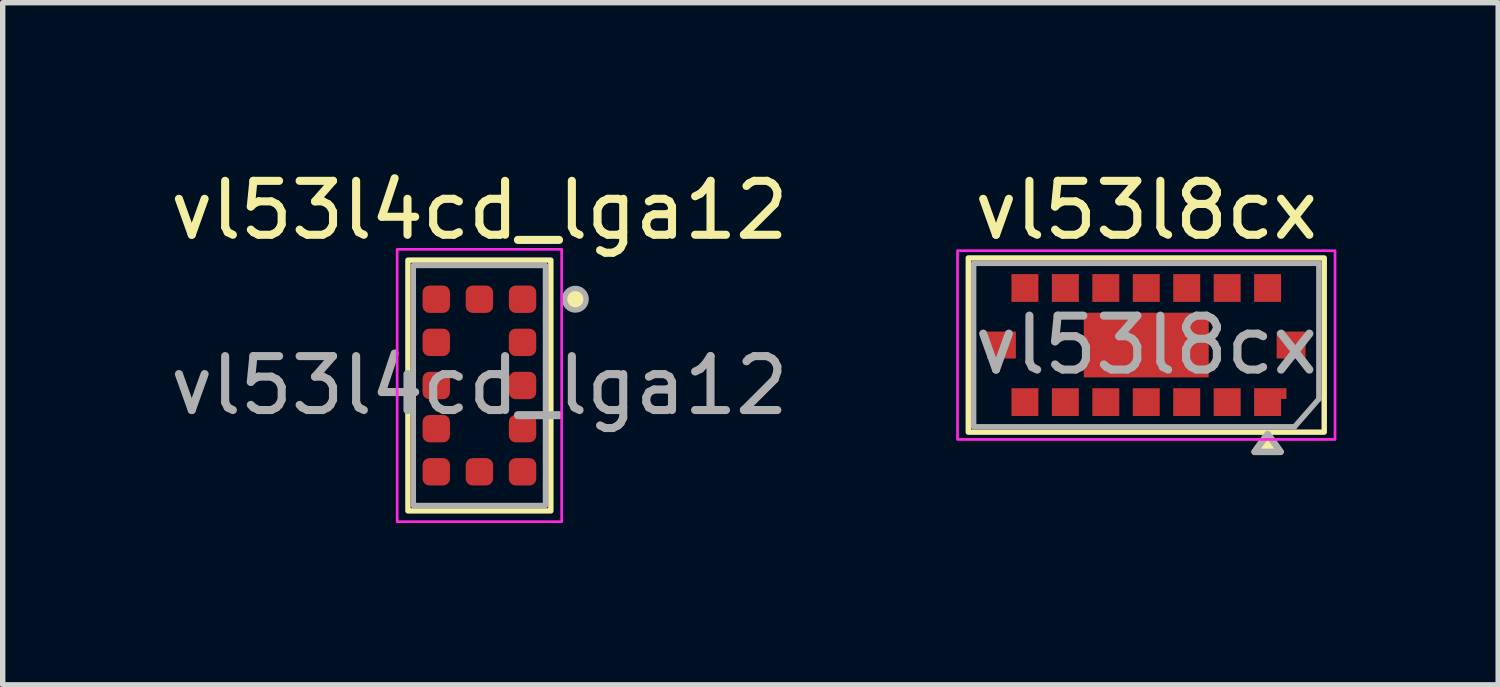
<source format=kicad_pcb>
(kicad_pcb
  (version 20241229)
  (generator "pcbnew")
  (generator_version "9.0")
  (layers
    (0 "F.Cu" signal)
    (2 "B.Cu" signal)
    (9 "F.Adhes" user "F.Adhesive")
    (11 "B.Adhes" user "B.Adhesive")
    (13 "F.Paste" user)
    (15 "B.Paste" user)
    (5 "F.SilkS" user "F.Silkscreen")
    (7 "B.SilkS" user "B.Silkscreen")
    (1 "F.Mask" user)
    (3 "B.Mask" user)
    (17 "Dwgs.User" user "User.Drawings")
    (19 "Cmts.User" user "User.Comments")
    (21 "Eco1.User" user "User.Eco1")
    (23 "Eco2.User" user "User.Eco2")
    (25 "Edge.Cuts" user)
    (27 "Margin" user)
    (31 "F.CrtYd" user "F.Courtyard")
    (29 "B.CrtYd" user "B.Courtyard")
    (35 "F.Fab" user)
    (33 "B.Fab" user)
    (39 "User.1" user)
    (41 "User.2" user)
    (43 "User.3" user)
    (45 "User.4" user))
  (footprint "vl53l8cx"
    (layer "F.Cu")
    (at 18.204 3.348)
    (property "Reference" "vl53l8cx" (at 0 -2.5 0) (unlocked yes) (layer "F.SilkS") (effects (font (size 1 1) (thickness 0.15))))
    (attr smd)
    (fp_rect (start -3.3 -1.615) (end 3.3 1.615) (stroke (width 0.1) (type solid)) (fill no) (layer "F.SilkS"))
    (fp_poly (pts (xy 2.25 1.65) (xy 2.49 1.98) (xy 2.01 1.98) (xy 2.25 1.65)) (stroke (width 0.12) (type solid)) (fill yes) (layer "F.SilkS"))
    (fp_rect (start -3.5 -1.75) (end 3.5 1.75) (stroke (width 0.05) (type default)) (fill no) (layer "F.CrtYd"))
    (fp_line (start -3.2 -1.515) (end -3.2 1.515) (stroke (width 0.1) (type default)) (layer "F.Fab"))
    (fp_line (start -3.2 1.515) (end 2.75 1.515) (stroke (width 0.1) (type default)) (layer "F.Fab"))
    (fp_line (start 3.2 -1.515) (end -3.2 -1.515) (stroke (width 0.1) (type default)) (layer "F.Fab"))
    (fp_line (start 3.2 -1.515) (end 3.2 1) (stroke (width 0.1) (type default)) (layer "F.Fab"))
    (fp_line (start 3.2 1) (end 2.75 1.515) (stroke (width 0.1) (type default)) (layer "F.Fab"))
    (fp_poly (pts (xy 2.25 1.65) (xy 2.49 1.98) (xy 2.01 1.98) (xy 2.25 1.65)) (stroke (width 0.12) (type solid)) (fill no) (layer "F.Fab"))
    (fp_text user "${REFERENCE}" (at 0 0 0) (unlocked yes) (layer "F.Fab") (effects (font (size 1 1) (thickness 0.15))))
    (pad "A1" smd rect (at 2.25 1.058) (size 0.5 0.515) (layers "F.Cu" "F.Mask" "F.Paste"))
    (pad "A1" smd rect (at 2.55 0.9) (size 0.1 0.2) (layers "F.Cu" "F.Mask" "F.Paste"))
    (pad "A2" smd rect (at 1.5 1.058) (size 0.5 0.515) (layers "F.Cu" "F.Mask" "F.Paste"))
    (pad "A3" smd rect (at 0.75 1.058) (size 0.5 0.515) (layers "F.Cu" "F.Mask" "F.Paste"))
    (pad "A4" smd rect (at 0 1.058) (size 0.5 0.515) (layers "F.Cu" "F.Mask" "F.Paste"))
    (pad "A5" smd rect (at -0.75 1.058) (size 0.5 0.515) (layers "F.Cu" "F.Mask" "F.Paste"))
    (pad "A6" smd rect (at -1.5 1.058) (size 0.5 0.515) (layers "F.Cu" "F.Mask" "F.Paste"))
    (pad "A7" smd rect (at -2.25 1.058) (size 0.5 0.515) (layers "F.Cu" "F.Mask" "F.Paste"))
    (pad "B1" smd rect (at 2.685 0) (size 0.535 0.5) (layers "F.Cu" "F.Mask" "F.Paste"))
    (pad "B4" smd rect (at 0 0) (size 2.316 1.2) (layers "F.Cu" "F.Mask" "F.Paste"))
    (pad "B7" smd rect (at -2.685 0) (size 0.535 0.5) (layers "F.Cu" "F.Mask" "F.Paste"))
    (pad "C1" smd rect (at 2.25 -1.058) (size 0.5 0.515) (layers "F.Cu" "F.Mask" "F.Paste"))
    (pad "C2" smd rect (at 1.5 -1.058) (size 0.5 0.515) (layers "F.Cu" "F.Mask" "F.Paste"))
    (pad "C3" smd rect (at 0.75 -1.058) (size 0.5 0.515) (layers "F.Cu" "F.Mask" "F.Paste"))
    (pad "C4" smd rect (at 0 -1.058) (size 0.5 0.515) (layers "F.Cu" "F.Mask" "F.Paste"))
    (pad "C5" smd rect (at -0.75 -1.058) (size 0.5 0.515) (layers "F.Cu" "F.Mask" "F.Paste"))
    (pad "C6" smd rect (at -1.5 -1.058) (size 0.5 0.515) (layers "F.Cu" "F.Mask" "F.Paste"))
    (pad "C7" smd rect (at -2.25 -1.058) (size 0.5 0.515) (layers "F.Cu" "F.Mask" "F.Paste")))
  (footprint "vl53l4cd_lga12"
    (layer "F.Cu")
    (at 5.839 4.098)
    (property "Reference" "vl53l4cd_lga12" (at 0 -3.25 0) (unlocked yes) (layer "F.SilkS") (effects (font (size 1 1) (thickness 0.15))))
    (attr smd)
    (fp_rect (start -1.325 -2.325) (end 1.325 2.325) (stroke (width 0.1) (type default)) (fill no) (layer "F.SilkS"))
    (fp_circle (center 1.779 -1.6) (end 1.979 -1.6) (stroke (width 0) (type solid)) (fill yes) (layer "F.SilkS"))
    (fp_rect (start -1.525 -2.525) (end 1.525 2.525) (stroke (width 0.05) (type default)) (fill no) (layer "F.CrtYd"))
    (fp_rect (start -1.225 -2.225) (end 1.225 2.225) (stroke (width 0.1) (type default)) (fill no) (layer "F.Fab"))
    (fp_circle (center 1.779 -1.6) (end 1.979 -1.6) (stroke (width 0.1) (type solid)) (fill no) (layer "F.Fab"))
    (fp_text user "${REFERENCE}" (at 0 0 0) (unlocked yes) (layer "F.Fab") (effects (font (size 1 1) (thickness 0.15))))
    (pad "1" smd roundrect (at 0.8 -1.6) (size 0.508 0.508) (layers "F.Cu" "F.Mask" "F.Paste") (roundrect_rratio 0.25))
    (pad "2" smd roundrect (at 0.8 -0.8) (size 0.508 0.508) (layers "F.Cu" "F.Mask" "F.Paste") (roundrect_rratio 0.25))
    (pad "3" smd roundrect (at 0.8 0) (size 0.508 0.508) (layers "F.Cu" "F.Mask" "F.Paste") (roundrect_rratio 0.25))
    (pad "4" smd roundrect (at 0.8 0.8) (size 0.508 0.508) (layers "F.Cu" "F.Mask" "F.Paste") (roundrect_rratio 0.25))
    (pad "5" smd roundrect (at 0.8 1.6) (size 0.508 0.508) (layers "F.Cu" "F.Mask" "F.Paste") (roundrect_rratio 0.25))
    (pad "6" smd roundrect (at 0 1.6) (size 0.508 0.508) (layers "F.Cu" "F.Mask" "F.Paste") (roundrect_rratio 0.25))
    (pad "7" smd roundrect (at -0.8 1.6) (size 0.508 0.508) (layers "F.Cu" "F.Mask" "F.Paste") (roundrect_rratio 0.25))
    (pad "8" smd roundrect (at -0.8 0.8) (size 0.508 0.508) (layers "F.Cu" "F.Mask" "F.Paste") (roundrect_rratio 0.25))
    (pad "9" smd roundrect (at -0.8 0) (size 0.508 0.508) (layers "F.Cu" "F.Mask" "F.Paste") (roundrect_rratio 0.25))
    (pad "10" smd roundrect (at -0.8 -0.8) (size 0.508 0.508) (layers "F.Cu" "F.Mask" "F.Paste") (roundrect_rratio 0.25))
    (pad "11" smd roundrect (at -0.8 -1.6) (size 0.508 0.508) (layers "F.Cu" "F.Mask" "F.Paste") (roundrect_rratio 0.25))
    (pad "12" smd roundrect (at 0 -1.6) (size 0.508 0.508) (layers "F.Cu" "F.Mask" "F.Paste") (roundrect_rratio 0.25)))
  (gr_rect
    (start -3 -3)
    (end 24.729 9.648)
    (stroke (width 0.1) (type default))
    (fill no)
    (layer "Edge.Cuts")))
</source>
